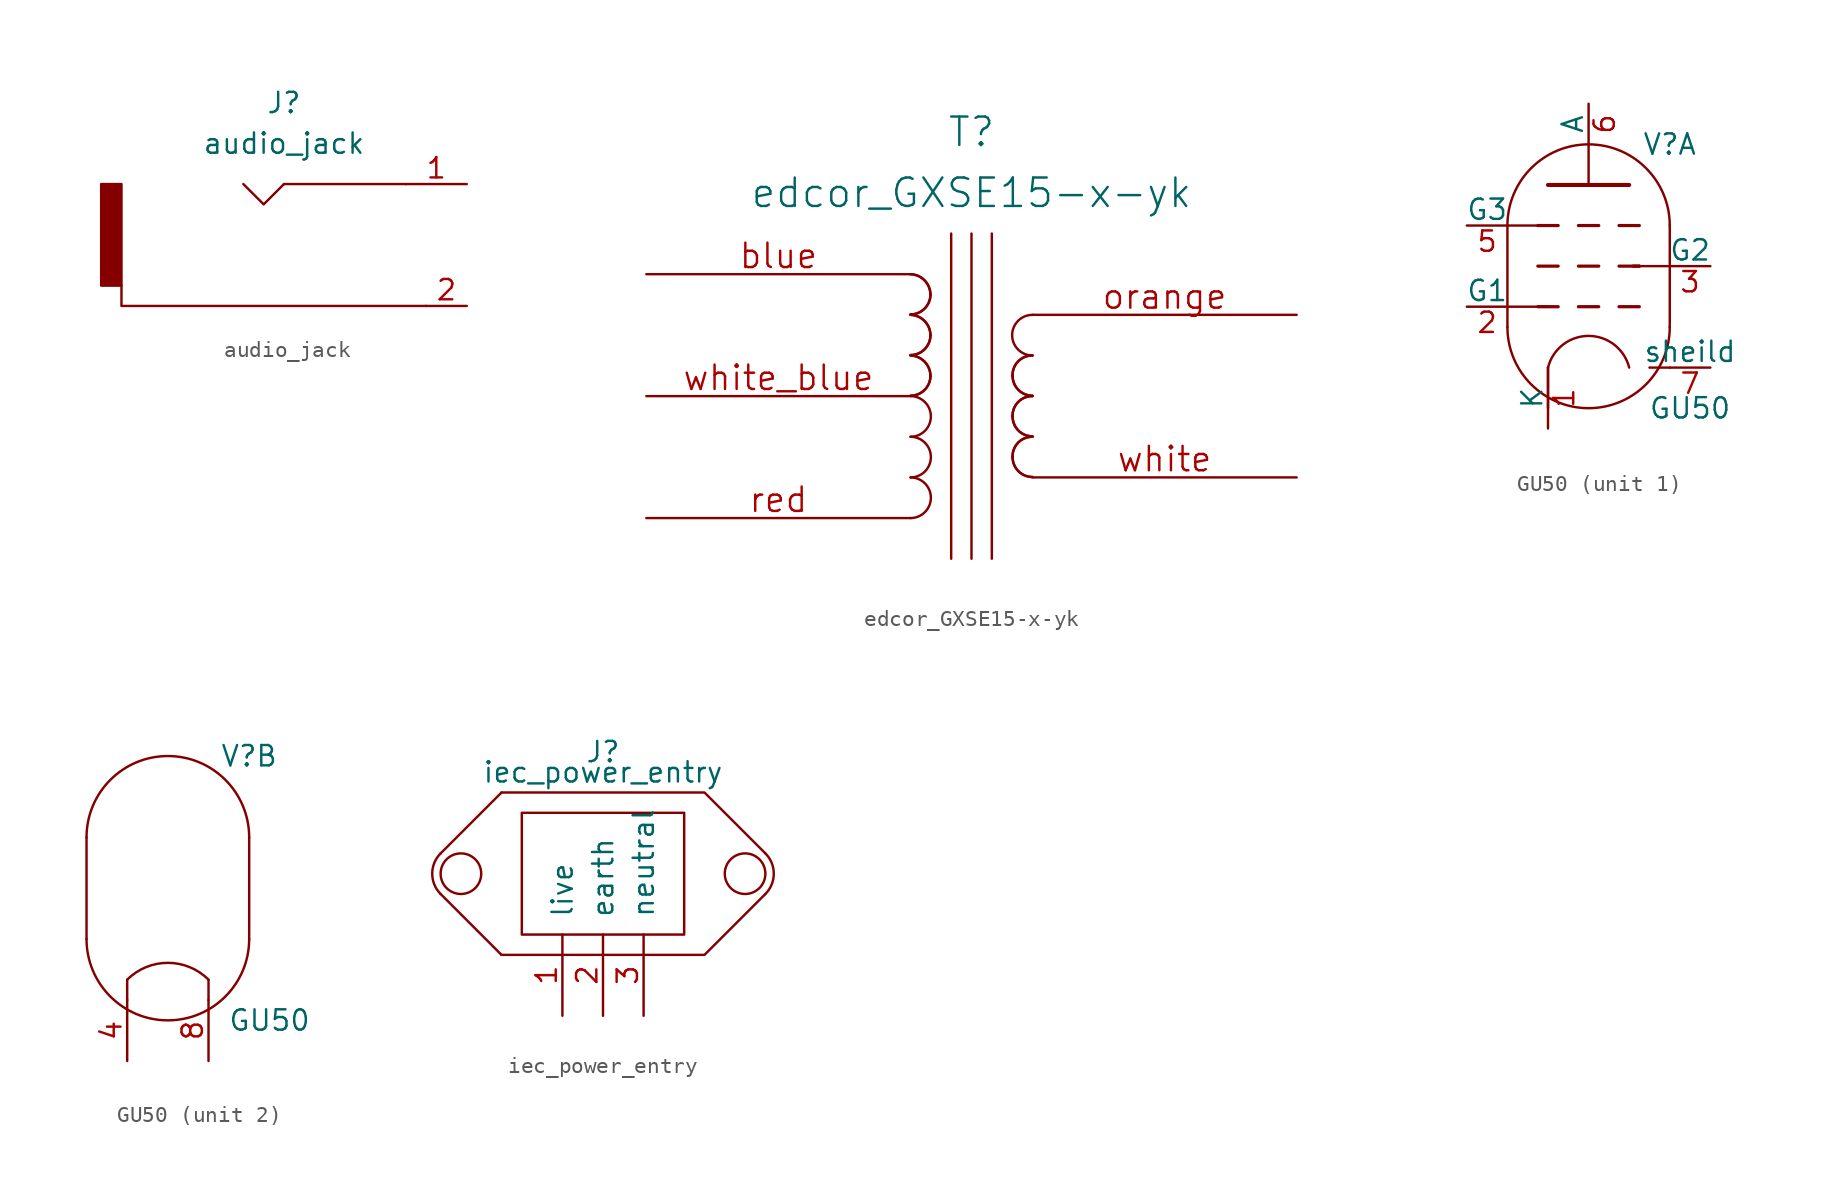
<source format=kicad_sym>
(kicad_symbol_lib
  (version 20211014)
  (generator kicad_symbol_editor)
  (symbol "audio_jack"
    (pin_names
      (offset 1.016))
    (property "Reference" "J"
      (at 0 8.89 0)
      (effects (font (size 1.27 1.27))))
    (property "Value" "audio_jack"
      (at 0 6.35 0)
      (effects (font (size 1.27 1.27))))
    (property "Footprint" ""
      (at 0 1.27 0)
      (effects (font (size 1.27 1.27))))
    (property "Datasheet" ""
      (at 0 1.27 0)
      (effects (font (size 1.27 1.27))))
    (symbol "audio_jack_0_1"
      (rectangle (start -11.43 -2.54) (end -10.16 3.81) (stroke (width 0) (type default) (color 0 0 0 0)) (fill (type outline)))
      (polyline (pts (xy 8.89 -3.81) (xy -10.16 -3.81) (xy -10.16 -2.54)) (stroke (width 0) (type default) (color 0 0 0 0)) (fill (type none)))
      (polyline (pts (xy 0 3.81) (xy -1.27 2.54) (xy -2.54 3.81) (xy -2.54 3.81)) (stroke (width 0) (type default) (color 0 0 0 0)) (fill (type none)))
      (polyline (pts (xy 0 3.81) (xy 7.62 3.81) (xy 7.62 3.81) (xy 7.62 3.81)) (stroke (width 0) (type default) (color 0 0 0 0)) (fill (type none))))
    (symbol "audio_jack_1_1"
      (pin passive line (at 11.43 3.81 180) (length 3.81) (name "~" (effects (font (size 1.27 1.27)))) (number "1" (effects (font (size 1.27 1.27)))))
      (pin passive line (at 11.43 -3.81 180) (length 2.54) (name "~" (effects (font (size 1.27 1.27)))) (number "2" (effects (font (size 1.27 1.27)))))))
  (symbol "edcor_GXSE15-x-yk"
    (pin_names
      (offset 1.016) hide)
    (property "Reference" "T"
      (at -1.27 13.97 0)
      (effects (font (size 1.778 1.778))))
    (property "Value" "edcor_GXSE15-x-yk"
      (at -1.27 10.16 0)
      (effects (font (size 1.778 1.778))))
    (property "Footprint" ""
      (at -1.27 0 0)
      (effects (font (size 1.524 1.524))))
    (property "Datasheet" ""
      (at -1.27 0 0)
      (effects (font (size 1.524 1.524))))
    (symbol "edcor_GXSE15-x-yk_0_1"
      (polyline (pts (xy -2.54 7.62) (xy -2.54 -12.7)) (stroke (width 0) (type default) (color 0 0 0 0)) (fill (type none)))
      (polyline (pts (xy -1.27 -12.7) (xy -1.27 7.62)) (stroke (width 0) (type default) (color 0 0 0 0)) (fill (type none)))
      (polyline (pts (xy 0 7.62) (xy 0 -12.7)) (stroke (width 0) (type default) (color 0 0 0 0)) (fill (type none))))
    (symbol "edcor_GXSE15-x-yk_1_1"
      (arc (start -5.08 -10.16) (mid -3.81 -8.89) (end -5.08 -7.62) (stroke (width 0) (type default) (color 0 0 0 0)) (fill (type none)))
      (arc (start -5.08 -7.62) (mid -3.81 -6.35) (end -5.08 -5.08) (stroke (width 0) (type default) (color 0 0 0 0)) (fill (type none)))
      (arc (start -5.08 -5.08) (mid -3.81 -3.81) (end -5.08 -2.54) (stroke (width 0) (type default) (color 0 0 0 0)) (fill (type none)))
      (arc (start -5.08 -2.5146) (mid -4.1999 -2.1501) (end -3.8354 -1.27) (stroke (width 0) (type default) (color 0 0 0 0)) (fill (type none)))
      (arc (start -5.08 -2.5146) (mid -4.1999 -2.1501) (end -3.8354 -1.27) (stroke (width 0) (type default) (color 0 0 0 0)) (fill (type none)))
      (arc (start -5.08 0.0254) (mid -4.1999 0.3899) (end -3.8354 1.27) (stroke (width 0) (type default) (color 0 0 0 0)) (fill (type none)))
      (arc (start -5.08 0.0254) (mid -4.1999 0.3899) (end -3.8354 1.27) (stroke (width 0) (type default) (color 0 0 0 0)) (fill (type none)))
      (arc (start -5.08 2.5654) (mid -4.1999 2.9299) (end -3.8354 3.81) (stroke (width 0) (type default) (color 0 0 0 0)) (fill (type none)))
      (arc (start -5.08 2.5654) (mid -4.1999 2.9299) (end -3.8354 3.81) (stroke (width 0) (type default) (color 0 0 0 0)) (fill (type none)))
      (arc (start -3.8354 -1.27) (mid -4.2037 -0.3861) (end -5.08 0) (stroke (width 0) (type default) (color 0 0 0 0)) (fill (type none)))
      (arc (start -3.8354 -1.27) (mid -4.2037 -0.3861) (end -5.08 0) (stroke (width 0) (type default) (color 0 0 0 0)) (fill (type none)))
      (arc (start -3.8354 1.27) (mid -4.2037 2.1539) (end -5.08 2.54) (stroke (width 0) (type default) (color 0 0 0 0)) (fill (type none)))
      (arc (start -3.8354 1.27) (mid -4.2037 2.1539) (end -5.08 2.54) (stroke (width 0) (type default) (color 0 0 0 0)) (fill (type none)))
      (arc (start -3.8354 3.81) (mid -4.2037 4.6939) (end -5.08 5.08) (stroke (width 0) (type default) (color 0 0 0 0)) (fill (type none)))
      (arc (start -3.8354 3.81) (mid -4.2037 4.6939) (end -5.08 5.08) (stroke (width 0) (type default) (color 0 0 0 0)) (fill (type none)))
      (arc (start 1.2954 -6.35) (mid 1.6599 -7.2301) (end 2.54 -7.5946) (stroke (width 0) (type default) (color 0 0 0 0)) (fill (type none)))
      (arc (start 1.2954 -6.35) (mid 1.6599 -7.2301) (end 2.54 -7.5946) (stroke (width 0) (type default) (color 0 0 0 0)) (fill (type none)))
      (arc (start 1.2954 -3.81) (mid 1.6599 -4.6901) (end 2.54 -5.0546) (stroke (width 0) (type default) (color 0 0 0 0)) (fill (type none)))
      (arc (start 1.2954 -3.81) (mid 1.6599 -4.6901) (end 2.54 -5.0546) (stroke (width 0) (type default) (color 0 0 0 0)) (fill (type none)))
      (arc (start 1.2954 -1.27) (mid 1.6599 -2.1501) (end 2.54 -2.5146) (stroke (width 0) (type default) (color 0 0 0 0)) (fill (type none)))
      (arc (start 1.2954 -1.27) (mid 1.6599 -2.1501) (end 2.54 -2.5146) (stroke (width 0) (type default) (color 0 0 0 0)) (fill (type none)))
      (arc (start 2.54 -5.08) (mid 1.6456 -5.4483) (end 1.2954 -6.35) (stroke (width 0) (type default) (color 0 0 0 0)) (fill (type none)))
      (arc (start 2.54 -5.08) (mid 1.6456 -5.4483) (end 1.2954 -6.35) (stroke (width 0) (type default) (color 0 0 0 0)) (fill (type none)))
      (arc (start 2.54 -2.54) (mid 1.6456 -2.9083) (end 1.2954 -3.81) (stroke (width 0) (type default) (color 0 0 0 0)) (fill (type none)))
      (arc (start 2.54 -2.54) (mid 1.6456 -2.9083) (end 1.2954 -3.81) (stroke (width 0) (type default) (color 0 0 0 0)) (fill (type none)))
      (arc (start 2.54 0) (mid 1.6456 -0.3683) (end 1.2954 -1.27) (stroke (width 0) (type default) (color 0 0 0 0)) (fill (type none)))
      (arc (start 2.54 0) (mid 1.6456 -0.3683) (end 1.2954 -1.27) (stroke (width 0) (type default) (color 0 0 0 0)) (fill (type none)))
      (arc (start 2.54 2.54) (mid 1.27 1.27) (end 2.54 0) (stroke (width 0) (type default) (color 0 0 0 0)) (fill (type none)))
      (pin passive line (at -21.59 5.08 0) (length 16.51) (name "~" (effects (font (size 1.524 1.524)))) (number "blue" (effects (font (size 1.524 1.524)))))
      (pin passive line (at 19.05 2.54 180) (length 16.51) (name "~" (effects (font (size 1.524 1.524)))) (number "orange" (effects (font (size 1.524 1.524)))))
      (pin passive line (at -21.59 -10.16 0) (length 16.51) (name "16" (effects (font (size 1.524 1.524)))) (number "red" (effects (font (size 1.524 1.524)))))
      (pin passive line (at 19.05 -7.62 180) (length 16.51) (name "~" (effects (font (size 1.524 1.524)))) (number "white" (effects (font (size 1.524 1.524)))))
      (pin passive line (at -21.59 -2.54 0) (length 16.51) (name "~" (effects (font (size 1.524 1.524)))) (number "white_blue" (effects (font (size 1.524 1.524)))))))
  (symbol "GU50"
    (pin_names
      (offset 0))
    (property "Reference" "V"
      (at 5.08 8.89 0)
      (effects (font (size 1.27 1.27))))
    (property "Value" "GU50"
      (at 6.35 -7.62 0)
      (effects (font (size 1.27 1.27))))
    (property "ki_locked" ""
      (at 0 0 0)
      (effects (font (size 1.27 1.27))))
    (symbol "GU50_0_1"
      (arc (start -5.08 -2.54) (mid 0 -7.62) (end 5.08 -2.54) (stroke (width 0) (type default) (color 0 0 0 0)) (fill (type none)))
      (polyline (pts (xy -5.08 3.81) (xy -5.08 -2.54) (xy -5.08 -2.54)) (stroke (width 0) (type default) (color 0 0 0 0)) (fill (type none)))
      (polyline (pts (xy 5.08 3.81) (xy 5.08 -2.54) (xy 5.08 -2.54)) (stroke (width 0) (type default) (color 0 0 0 0)) (fill (type none)))
      (arc (start 5.08 3.81) (mid 0 8.89) (end -5.08 3.81) (stroke (width 0) (type default) (color 0 0 0 0)) (fill (type none))))
    (symbol "GU50_1_0"
      (polyline (pts (xy -2.54 -5.08) (xy -2.54 -7.62)) (stroke (width 0) (type default) (color 0 0 0 0)) (fill (type none))))
    (symbol "GU50_1_1"
      (polyline (pts (xy -5.08 -1.27) (xy -2.54 -1.27)) (stroke (width 0) (type default) (color 0 0 0 0)) (fill (type none)))
      (polyline (pts (xy -5.08 3.81) (xy -2.54 3.81)) (stroke (width 0) (type default) (color 0 0 0 0)) (fill (type none)))
      (polyline (pts (xy -1.905 -1.27) (xy -3.175 -1.27)) (stroke (width 0.203) (type default) (color 0 0 0 0)) (fill (type none)))
      (polyline (pts (xy -1.905 1.27) (xy -3.175 1.27)) (stroke (width 0.203) (type default) (color 0 0 0 0)) (fill (type none)))
      (polyline (pts (xy -1.905 3.81) (xy -3.175 3.81)) (stroke (width 0.203) (type default) (color 0 0 0 0)) (fill (type none)))
      (polyline (pts (xy -0.635 -1.27) (xy 0.635 -1.27)) (stroke (width 0.203) (type default) (color 0 0 0 0)) (fill (type none)))
      (polyline (pts (xy -0.635 1.27) (xy 0.635 1.27)) (stroke (width 0.203) (type default) (color 0 0 0 0)) (fill (type none)))
      (polyline (pts (xy -0.635 3.81) (xy 0.635 3.81)) (stroke (width 0.203) (type default) (color 0 0 0 0)) (fill (type none)))
      (polyline (pts (xy 0 6.35) (xy 0 8.89)) (stroke (width 0) (type default) (color 0 0 0 0)) (fill (type none)))
      (polyline (pts (xy 1.905 -1.27) (xy 3.175 -1.27)) (stroke (width 0.203) (type default) (color 0 0 0 0)) (fill (type none)))
      (polyline (pts (xy 1.905 1.27) (xy 3.175 1.27)) (stroke (width 0.203) (type default) (color 0 0 0 0)) (fill (type none)))
      (polyline (pts (xy 1.905 3.81) (xy 3.175 3.81)) (stroke (width 0.203) (type default) (color 0 0 0 0)) (fill (type none)))
      (polyline (pts (xy 2.794 1.27) (xy 3.175 1.27)) (stroke (width 0.203) (type default) (color 0 0 0 0)) (fill (type none)))
      (polyline (pts (xy 3.175 1.27) (xy 5.08 1.27)) (stroke (width 0) (type default) (color 0 0 0 0)) (fill (type none)))
      (polyline (pts (xy 5.08 -5.08) (xy 3.81 -5.08)) (stroke (width 0) (type default) (color 0 0 0 0)) (fill (type none)))
      (polyline (pts (xy -2.54 6.35) (xy 2.54 6.35) (xy 2.54 6.35) (xy 2.54 6.35)) (stroke (width 0.254) (type default) (color 0 0 0 0)) (fill (type none)))
      (arc (start 2.54 -5.08) (mid 0 -3.0968) (end -2.54 -5.08) (stroke (width 0) (type default) (color 0 0 0 0)) (fill (type none)))
      (pin bidirectional line (at -2.54 -8.89 90) (length 3.81) (name "K" (effects (font (size 1.27 1.27)))) (number "1" (effects (font (size 1.27 1.27)))))
      (pin input line (at -7.62 -1.27 0) (length 2.54) (name "G1" (effects (font (size 1.27 1.27)))) (number "2" (effects (font (size 1.27 1.27)))))
      (pin input line (at 7.62 1.27 180) (length 2.54) (name "G2" (effects (font (size 1.27 1.27)))) (number "3" (effects (font (size 1.27 1.27)))))
      (pin input line (at -7.62 3.81 0) (length 2.54) (name "G3" (effects (font (size 1.27 1.27)))) (number "5" (effects (font (size 1.27 1.27)))))
      (pin output line (at 0 11.43 270) (length 2.54) (name "A" (effects (font (size 1.27 1.27)))) (number "6" (effects (font (size 1.27 1.27)))))
      (pin input line (at 7.62 -5.08 180) (length 2.54) (name "sheild" (effects (font (size 1.27 1.27)))) (number "7" (effects (font (size 1.27 1.27))))))
    (symbol "GU50_2_1"
      (polyline (pts (xy -2.54 -6.35) (xy -2.54 -5.08) (xy -2.54 -5.08)) (stroke (width 0) (type default) (color 0 0 0 0)) (fill (type none)))
      (polyline (pts (xy 2.54 -6.35) (xy 2.54 -5.08) (xy 2.54 -5.08)) (stroke (width 0) (type default) (color 0 0 0 0)) (fill (type none)))
      (arc (start 2.54 -5.08) (mid 0 -4.0279) (end -2.54 -5.08) (stroke (width 0) (type default) (color 0 0 0 0)) (fill (type none)))
      (pin power_in line (at -2.54 -10.16 90) (length 3.81) (name "~" (effects (font (size 1.27 1.27)))) (number "4" (effects (font (size 1.27 1.27)))))
      (pin power_in line (at 2.54 -10.16 90) (length 3.81) (name "~" (effects (font (size 1.27 1.27)))) (number "8" (effects (font (size 1.27 1.27)))))))
  (symbol "iec_power_entry"
    (pin_names
      (offset 1.016))
    (property "Reference" "J"
      (at 0 7.62 0)
      (effects (font (size 1.27 1.27))))
    (property "Value" "iec_power_entry"
      (at 0 6.35 0)
      (effects (font (size 1.27 1.27))))
    (symbol "iec_power_entry_0_1"
      (arc (start -10.16 1.27) (mid -10.6861 0) (end -10.16 -1.27) (stroke (width 0) (type default) (color 0 0 0 0)) (fill (type none)))
      (circle (center -8.89 0) (radius 1.27) (stroke (width 0) (type default) (color 0 0 0 0)) (fill (type none)))
      (polyline (pts (xy -6.35 -5.08) (xy -10.16 -1.27)) (stroke (width 0) (type default) (color 0 0 0 0)) (fill (type none)))
      (polyline (pts (xy -6.35 5.08) (xy -10.16 1.27)) (stroke (width 0) (type default) (color 0 0 0 0)) (fill (type none)))
      (polyline (pts (xy -6.35 -5.08) (xy 6.35 -5.08) (xy 10.16 -1.27)) (stroke (width 0) (type default) (color 0 0 0 0)) (fill (type none)))
      (polyline (pts (xy -6.35 5.08) (xy 6.35 5.08) (xy 10.16 1.27)) (stroke (width 0) (type default) (color 0 0 0 0)) (fill (type none)))
      (rectangle (start 5.08 3.81) (end -5.08 -3.81) (stroke (width 0) (type default) (color 0 0 0 0)) (fill (type none)))
      (circle (center 8.89 0) (radius 1.27) (stroke (width 0) (type default) (color 0 0 0 0)) (fill (type none)))
      (arc (start 10.16 -1.27) (mid 10.6861 0) (end 10.16 1.27) (stroke (width 0) (type default) (color 0 0 0 0)) (fill (type none))))
    (symbol "iec_power_entry_1_1"
      (pin passive line (at -2.54 -8.89 90) (length 5.08) (name "live" (effects (font (size 1.27 1.27)))) (number "1" (effects (font (size 1.27 1.27)))))
      (pin passive line (at 0 -8.89 90) (length 5.08) (name "earth" (effects (font (size 1.27 1.27)))) (number "2" (effects (font (size 1.27 1.27)))))
      (pin passive line (at 2.54 -8.89 90) (length 5.08) (name "neutral" (effects (font (size 1.27 1.27)))) (number "3" (effects (font (size 1.27 1.27))))))))
</source>
